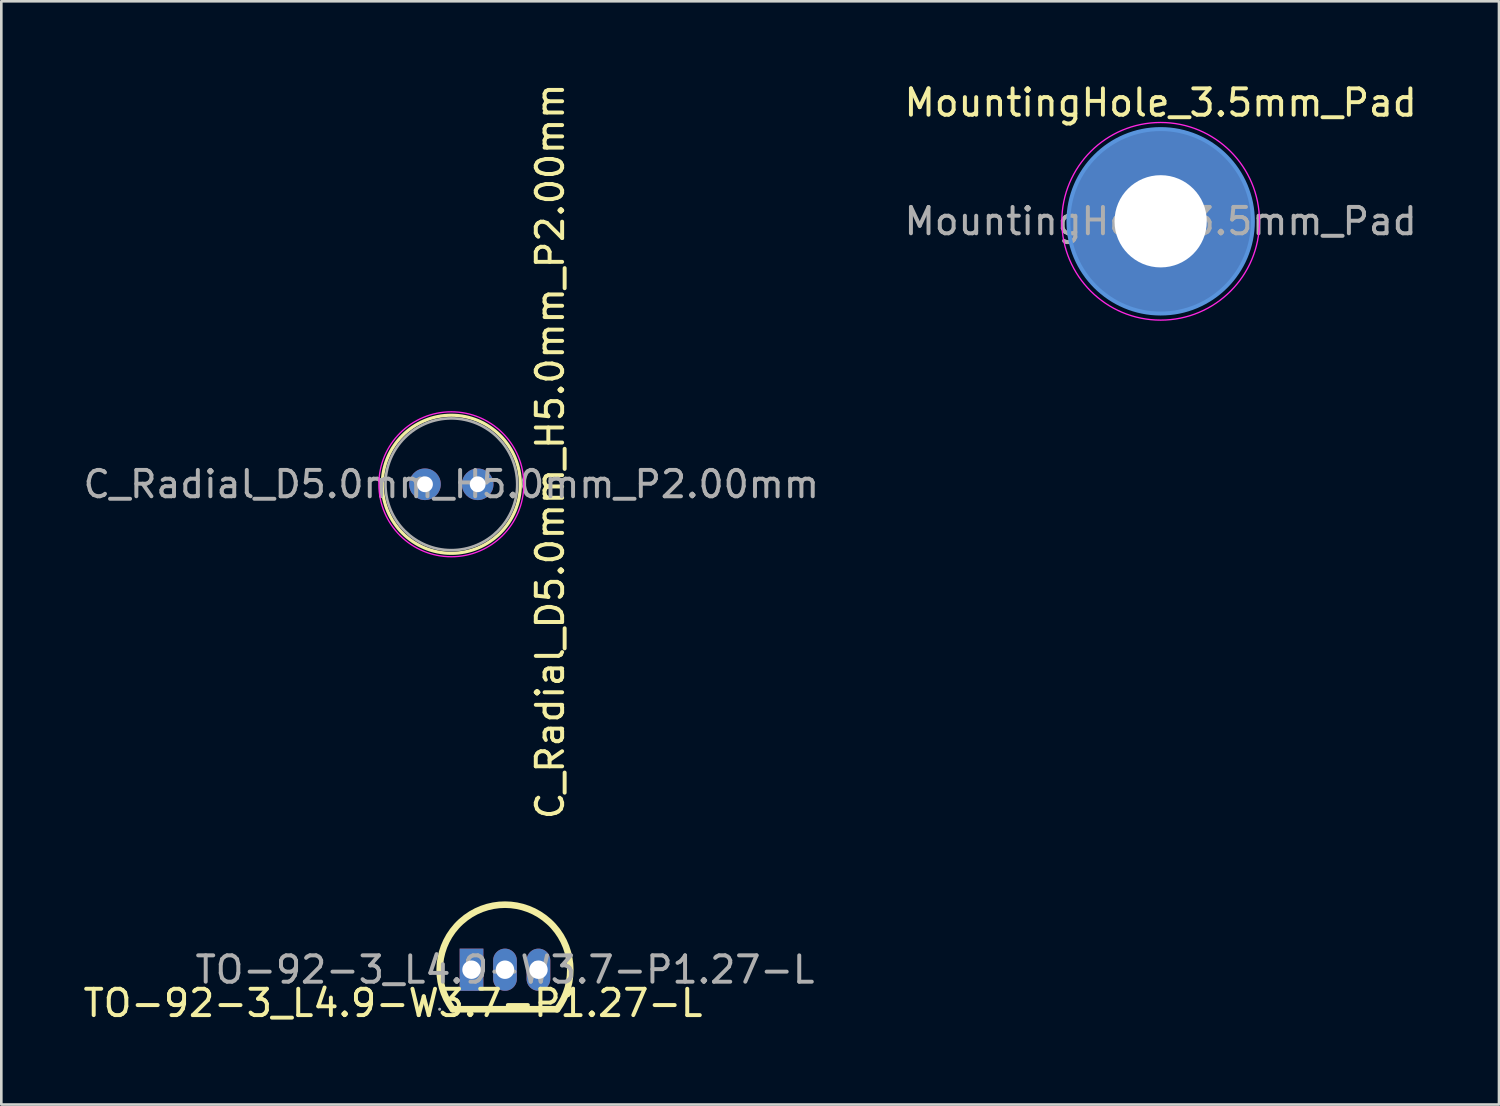
<source format=kicad_pcb>
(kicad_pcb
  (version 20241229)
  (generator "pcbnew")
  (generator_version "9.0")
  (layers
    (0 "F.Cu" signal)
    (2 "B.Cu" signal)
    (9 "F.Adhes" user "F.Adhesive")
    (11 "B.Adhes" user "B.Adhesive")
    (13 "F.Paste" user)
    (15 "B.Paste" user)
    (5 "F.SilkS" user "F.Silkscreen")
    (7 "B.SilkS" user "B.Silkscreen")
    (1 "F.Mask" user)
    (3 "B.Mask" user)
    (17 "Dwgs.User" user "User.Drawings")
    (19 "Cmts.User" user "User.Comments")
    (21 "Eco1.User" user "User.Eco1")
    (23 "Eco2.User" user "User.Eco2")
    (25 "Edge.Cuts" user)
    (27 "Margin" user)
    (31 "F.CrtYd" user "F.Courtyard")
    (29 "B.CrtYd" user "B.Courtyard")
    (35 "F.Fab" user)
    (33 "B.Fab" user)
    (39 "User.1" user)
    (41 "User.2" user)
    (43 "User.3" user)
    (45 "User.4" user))
  (footprint "TO-92-3_L4.9-W3.7-P1.27-L"
    (layer "F.Cu")
    (at 16.113 33.748)
    (property "Reference" "TO-92-3_L4.9-W3.7-P1.27-L" (at -4.25 1.268 180) (layer "F.SilkS") (effects (font (size 1 1) (thickness 0.15))))
    (attr smd)
    (fp_line (start 1.98 1.5) (end -1.98 1.5) (stroke (width 0.25) (type solid)) (layer "F.SilkS"))
    (fp_arc (start -1.98 1.5) (mid 0.002708 -2.468002) (end 1.976739 1.504324) (stroke (width 0.25) (type solid)) (layer "F.SilkS"))
    (fp_circle (center -2.48 1.5) (end -2.45 1.5) (stroke (width 0.06) (type solid)) (fill no) (layer "F.Fab"))
    (fp_text user "${REFERENCE}" (at 0 0 180) (layer "F.Fab") (effects (font (size 1 1) (thickness 0.15))))
    (pad "1" thru_hole rect (at -1.27 0) (size 0.9 1.6) (drill 0.7) (layers "*.Cu" "*.Mask"))
    (pad "2" thru_hole oval (at 0 0) (size 0.9 1.6) (drill 0.7) (layers "*.Cu" "*.Mask"))
    (pad "3" thru_hole oval (at 1.27 0) (size 0.9 1.6) (drill 0.7) (layers "*.Cu" "*.Mask")))
  (footprint "C_Radial_D5.0mm_H5.0mm_P2.00mm"
    (layer "F.Cu")
    (at 13.077 15.327)
    (property "Reference" "C_Radial_D5.0mm_H5.0mm_P2.00mm" (at 4.75 -1.25 270) (layer "F.SilkS") (effects (font (size 1 1) (thickness 0.15))))
    (attr through_hole dnp)
    (fp_circle (center 1 0) (end 3.62 0) (stroke (width 0.12) (type solid)) (fill no) (layer "F.SilkS"))
    (fp_circle (center 1 0) (end 3.75 0) (stroke (width 0.05) (type solid)) (fill no) (layer "F.CrtYd"))
    (fp_circle (center 1 0) (end 3.5 0) (stroke (width 0.1) (type solid)) (fill no) (layer "F.Fab"))
    (fp_text user "${REFERENCE}" (at 1 0 180) (layer "F.Fab") (effects (font (size 1 1) (thickness 0.15))))
    (pad "1" thru_hole circle (at 0 0) (size 1.2 1.2) (drill 0.6) (layers "*.Cu" "*.Mask"))
    (pad "2" thru_hole circle (at 2 0) (size 1.2 1.2) (drill 0.6) (layers "*.Cu" "*.Mask")))
  (footprint "MountingHole_3.5mm_Pad"
    (layer "F.Cu")
    (at 40.994 5.348)
    (property "Reference" "MountingHole_3.5mm_Pad" (at 0 -4.5 0) (layer "F.SilkS") (effects (font (size 1 1) (thickness 0.15))))
    (attr exclude_from_pos_files exclude_from_bom)
    (fp_circle (center 0 0) (end 3.5 0) (stroke (width 0.15) (type solid)) (fill no) (layer "Cmts.User"))
    (fp_circle (center 0 0) (end 3.75 0) (stroke (width 0.05) (type solid)) (fill no) (layer "F.CrtYd"))
    (fp_text user "${REFERENCE}" (at 0 0 0) (layer "F.Fab") (effects (font (size 1 1) (thickness 0.15))))
    (pad "1" thru_hole circle (at 0 0) (size 7 7) (drill 3.5) (layers "*.Cu" "*.Mask")))
  (gr_rect
    (start -3 -3)
    (end 53.833 38.864)
    (stroke (width 0.1) (type default))
    (fill no)
    (layer "Edge.Cuts")))
</source>
